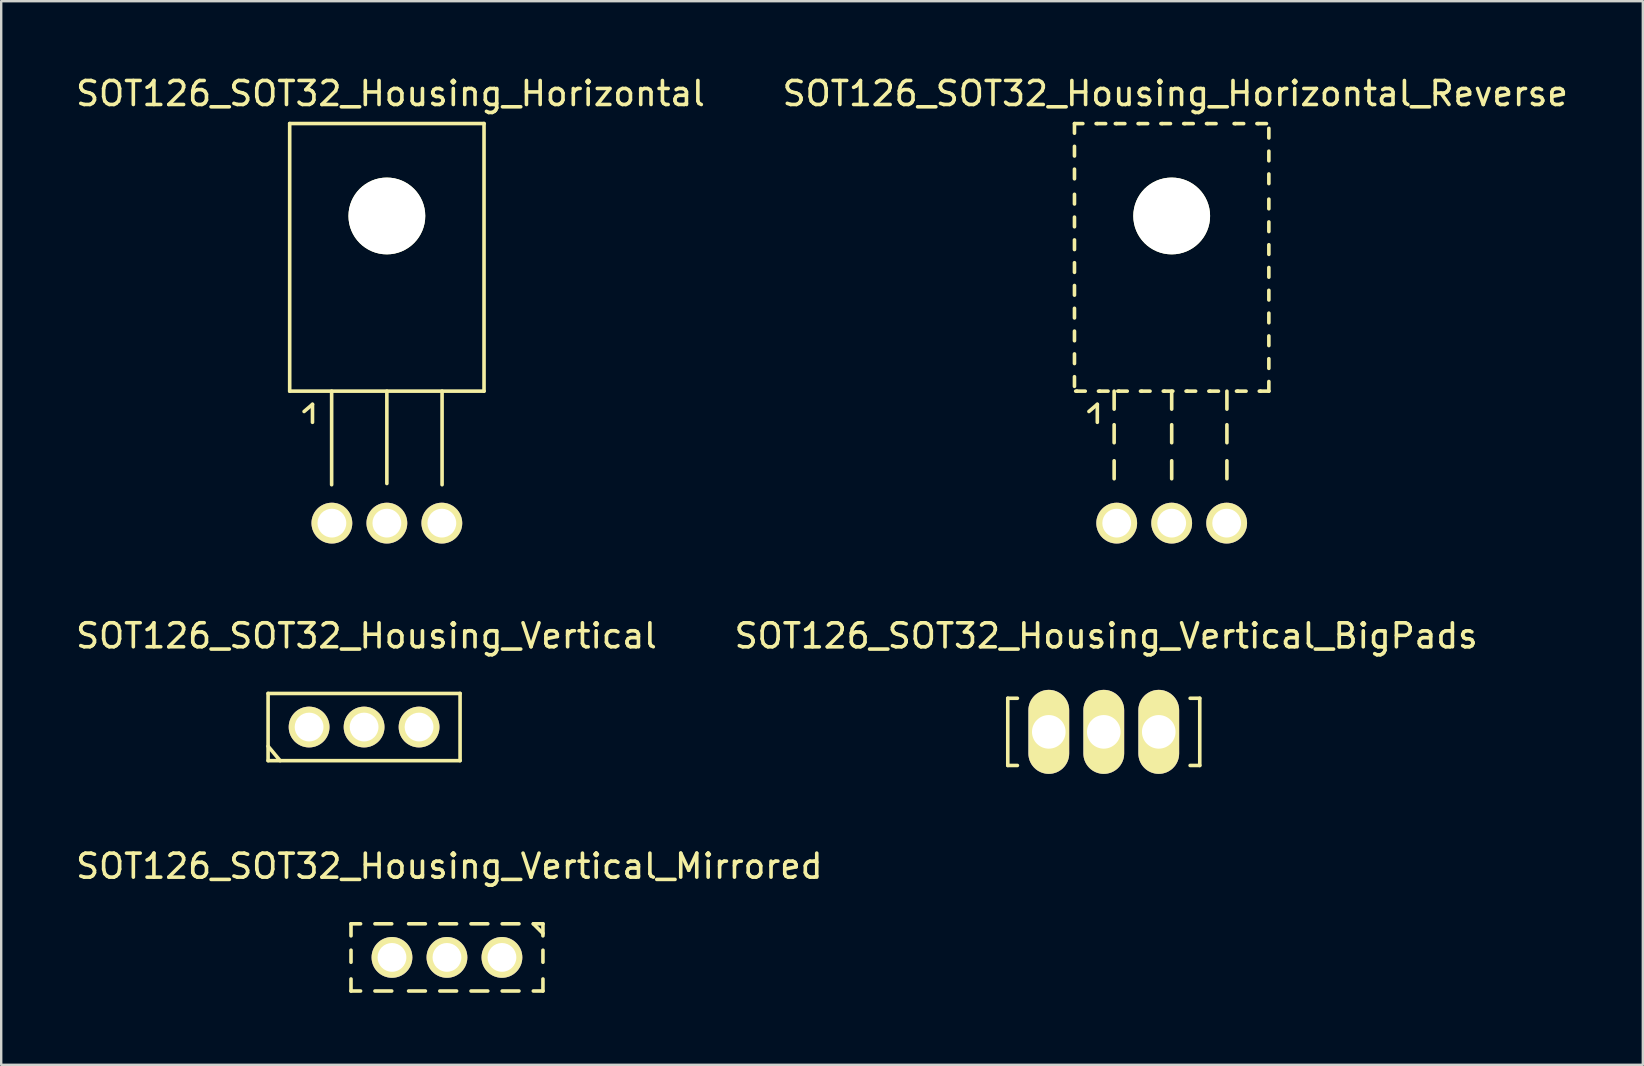
<source format=kicad_pcb>
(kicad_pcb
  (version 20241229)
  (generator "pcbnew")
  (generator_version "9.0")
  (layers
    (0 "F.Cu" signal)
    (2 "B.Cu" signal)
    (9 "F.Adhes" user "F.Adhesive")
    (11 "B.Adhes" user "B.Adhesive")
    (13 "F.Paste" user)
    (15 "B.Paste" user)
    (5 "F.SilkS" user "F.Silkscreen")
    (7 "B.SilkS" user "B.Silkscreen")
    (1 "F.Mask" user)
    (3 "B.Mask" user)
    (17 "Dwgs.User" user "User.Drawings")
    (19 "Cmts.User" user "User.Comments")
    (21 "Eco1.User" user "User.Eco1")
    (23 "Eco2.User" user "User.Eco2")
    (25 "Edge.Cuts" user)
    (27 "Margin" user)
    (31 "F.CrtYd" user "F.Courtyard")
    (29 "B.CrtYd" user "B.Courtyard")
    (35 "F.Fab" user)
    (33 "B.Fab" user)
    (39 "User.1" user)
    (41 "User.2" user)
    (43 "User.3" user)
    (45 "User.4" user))
  (footprint "SOT126_SOT32_Housing_Vertical_Mirrored"
    (layer "F.Cu")
    (at 15.574 36.844)
    (property "Reference" "SOT126_SOT32_Housing_Vertical_Mirrored" (at 0.099 -3.8 0) (layer "F.SilkS") (effects (font (size 1 1) (thickness 0.15))))
    (attr through_hole)
    (fp_line (start -4 -1.4) (end -3.599 -1.4) (stroke (width 0.15) (type solid)) (layer "F.SilkS"))
    (fp_line (start -4 1.4) (end -3.599 1.4) (stroke (width 0.15) (type solid)) (layer "F.SilkS"))
    (fp_line (start -3.998 -1.4) (end -3.998 -0.899) (stroke (width 0.15) (type solid)) (layer "F.SilkS"))
    (fp_line (start -3.998 -0.3) (end -3.998 0.201) (stroke (width 0.15) (type solid)) (layer "F.SilkS"))
    (fp_line (start -3.998 1.4) (end -3.998 0.899) (stroke (width 0.15) (type solid)) (layer "F.SilkS"))
    (fp_line (start -3 -1.4) (end -2.301 -1.4) (stroke (width 0.15) (type solid)) (layer "F.SilkS"))
    (fp_line (start -3 1.4) (end -2.301 1.4) (stroke (width 0.15) (type solid)) (layer "F.SilkS"))
    (fp_line (start -0.899 -1.4) (end -1.598 -1.4) (stroke (width 0.15) (type solid)) (layer "F.SilkS"))
    (fp_line (start -0.899 1.4) (end -1.598 1.4) (stroke (width 0.15) (type solid)) (layer "F.SilkS"))
    (fp_line (start 0.401 -1.4) (end -0.297 -1.4) (stroke (width 0.15) (type solid)) (layer "F.SilkS"))
    (fp_line (start 0.401 1.4) (end -0.297 1.4) (stroke (width 0.15) (type solid)) (layer "F.SilkS"))
    (fp_line (start 1.702 -1.4) (end 1.003 -1.4) (stroke (width 0.15) (type solid)) (layer "F.SilkS"))
    (fp_line (start 1.702 1.4) (end 1.003 1.4) (stroke (width 0.15) (type solid)) (layer "F.SilkS"))
    (fp_line (start 3 -1.4) (end 2.301 -1.4) (stroke (width 0.15) (type solid)) (layer "F.SilkS"))
    (fp_line (start 3 1.4) (end 2.301 1.4) (stroke (width 0.15) (type solid)) (layer "F.SilkS"))
    (fp_line (start 3.599 -1.4) (end 4 -1.001) (stroke (width 0.15) (type solid)) (layer "F.SilkS"))
    (fp_line (start 4 -1.4) (end 3.599 -1.4) (stroke (width 0.15) (type solid)) (layer "F.SilkS"))
    (fp_line (start 4 -1.4) (end 4 -0.899) (stroke (width 0.15) (type solid)) (layer "F.SilkS"))
    (fp_line (start 4 -0.3) (end 4 0.201) (stroke (width 0.15) (type solid)) (layer "F.SilkS"))
    (fp_line (start 4 1.4) (end 3.599 1.4) (stroke (width 0.15) (type solid)) (layer "F.SilkS"))
    (fp_line (start 4 1.4) (end 4 0.899) (stroke (width 0.15) (type solid)) (layer "F.SilkS"))
    (pad "1" thru_hole circle (at 2.291 0) (size 1.699 1.699) (drill 1.199) (layers "*.Cu" "*.Mask" "F.SilkS"))
    (pad "2" thru_hole circle (at 0 0) (size 1.699 1.699) (drill 1.199) (layers "*.Cu" "*.Mask" "F.SilkS"))
    (pad "3" thru_hole circle (at -2.291 0) (size 1.699 1.699) (drill 1.199) (layers "*.Cu" "*.Mask" "F.SilkS")))
  (footprint "SOT126_SOT32_Housing_Vertical_BigPads"
    (layer "F.Cu")
    (at 42.943 27.446)
    (property "Reference" "SOT126_SOT32_Housing_Vertical_BigPads" (at 0.099 -4 0) (layer "F.SilkS") (effects (font (size 1 1) (thickness 0.15))))
    (attr through_hole)
    (fp_line (start -4 -1.4) (end -4 1.4) (stroke (width 0.15) (type solid)) (layer "F.SilkS"))
    (fp_line (start -4 -1.4) (end -3.599 -1.4) (stroke (width 0.15) (type solid)) (layer "F.SilkS"))
    (fp_line (start -4 1.4) (end -3.599 1.4) (stroke (width 0.15) (type solid)) (layer "F.SilkS"))
    (fp_line (start 4 -1.4) (end 3.599 -1.4) (stroke (width 0.15) (type solid)) (layer "F.SilkS"))
    (fp_line (start 4 -1.4) (end 4 1.4) (stroke (width 0.15) (type solid)) (layer "F.SilkS"))
    (fp_line (start 4 1.4) (end 3.599 1.4) (stroke (width 0.15) (type solid)) (layer "F.SilkS"))
    (pad "1" thru_hole oval (at -2.291 0) (size 1.699 3.5) (drill 1.4) (layers "*.Cu" "*.Mask" "F.SilkS"))
    (pad "2" thru_hole oval (at 0 0) (size 1.699 3.5) (drill 1.4) (layers "*.Cu" "*.Mask" "F.SilkS"))
    (pad "3" thru_hole oval (at 2.291 0) (size 1.699 3.5) (drill 1.4) (layers "*.Cu" "*.Mask" "F.SilkS")))
  (footprint "SOT126_SOT32_Housing_Horizontal"
    (layer "F.Cu")
    (at 13.07 18.748)
    (property "Reference" "SOT126_SOT32_Housing_Horizontal" (at 0.15 -17.899 0) (layer "F.SilkS") (effects (font (size 1 1) (thickness 0.15))))
    (attr through_hole)
    (fp_line (start -4.049 -16.65) (end -4.049 -5.499) (stroke (width 0.15) (type solid)) (layer "F.SilkS"))
    (fp_line (start -3.449 -4.651) (end -3.099 -4.95) (stroke (width 0.15) (type solid)) (layer "F.SilkS"))
    (fp_line (start -3.099 -4.95) (end -3.099 -4.201) (stroke (width 0.15) (type solid)) (layer "F.SilkS"))
    (fp_line (start -2.301 -5.499) (end -2.301 -1.6) (stroke (width 0.15) (type solid)) (layer "F.SilkS"))
    (fp_line (start 0 -5.499) (end 0 -1.651) (stroke (width 0.15) (type solid)) (layer "F.SilkS"))
    (fp_line (start 2.301 -5.499) (end 2.301 -1.6) (stroke (width 0.15) (type solid)) (layer "F.SilkS"))
    (fp_line (start 4.049 -16.65) (end -4.049 -16.65) (stroke (width 0.15) (type solid)) (layer "F.SilkS"))
    (fp_line (start 4.049 -5.499) (end -4.049 -5.499) (stroke (width 0.15) (type solid)) (layer "F.SilkS"))
    (fp_line (start 4.049 -5.499) (end 4.049 -16.65) (stroke (width 0.15) (type solid)) (layer "F.SilkS"))
    (pad "" np_thru_hole circle (at 0 -12.799) (size 3.2 3.2) (drill 3.2) (layers "*.Cu" "*.Mask" "F.SilkS"))
    (pad "1" thru_hole circle (at -2.291 0) (size 1.699 1.699) (drill 1.199) (layers "*.Cu" "*.Mask" "F.SilkS"))
    (pad "2" thru_hole circle (at 0 0) (size 1.699 1.699) (drill 1.199) (layers "*.Cu" "*.Mask" "F.SilkS"))
    (pad "3" thru_hole circle (at 2.291 0) (size 1.699 1.699) (drill 1.199) (layers "*.Cu" "*.Mask" "F.SilkS")))
  (footprint "SOT126_SOT32_Housing_Horizontal_Reverse"
    (layer "F.Cu")
    (at 45.773 18.748)
    (property "Reference" "SOT126_SOT32_Housing_Horizontal_Reverse" (at 0.15 -17.899 0) (layer "F.SilkS") (effects (font (size 1 1) (thickness 0.15))))
    (attr through_hole)
    (fp_line (start -4.051 -16.248) (end -4.051 -16.65) (stroke (width 0.15) (type solid)) (layer "F.SilkS"))
    (fp_line (start -4.051 -15.298) (end -4.051 -15.7) (stroke (width 0.15) (type solid)) (layer "F.SilkS"))
    (fp_line (start -4.051 -14.348) (end -4.051 -14.75) (stroke (width 0.15) (type solid)) (layer "F.SilkS"))
    (fp_line (start -4.051 -13.299) (end -4.051 -13.701) (stroke (width 0.15) (type solid)) (layer "F.SilkS"))
    (fp_line (start -4.051 -12.349) (end -4.051 -12.751) (stroke (width 0.15) (type solid)) (layer "F.SilkS"))
    (fp_line (start -4.051 -11.4) (end -4.051 -11.801) (stroke (width 0.15) (type solid)) (layer "F.SilkS"))
    (fp_line (start -4.051 -10.45) (end -4.051 -10.851) (stroke (width 0.15) (type solid)) (layer "F.SilkS"))
    (fp_line (start -4.051 -9.5) (end -4.051 -9.901) (stroke (width 0.15) (type solid)) (layer "F.SilkS"))
    (fp_line (start -4.051 -8.55) (end -4.051 -8.951) (stroke (width 0.15) (type solid)) (layer "F.SilkS"))
    (fp_line (start -4.051 -7.6) (end -4.051 -8.001) (stroke (width 0.15) (type solid)) (layer "F.SilkS"))
    (fp_line (start -4.051 -6.65) (end -4.051 -7.051) (stroke (width 0.15) (type solid)) (layer "F.SilkS"))
    (fp_line (start -4.051 -5.7) (end -4.051 -6.101) (stroke (width 0.15) (type solid)) (layer "F.SilkS"))
    (fp_line (start -3.95 -5.499) (end -4 -5.499) (stroke (width 0.15) (type solid)) (layer "F.SilkS"))
    (fp_line (start -3.701 -16.647) (end -4.049 -16.647) (stroke (width 0.15) (type solid)) (layer "F.SilkS"))
    (fp_line (start -3.602 -5.499) (end -3.95 -5.499) (stroke (width 0.15) (type solid)) (layer "F.SilkS"))
    (fp_line (start -3.449 -4.651) (end -3.099 -4.95) (stroke (width 0.15) (type solid)) (layer "F.SilkS"))
    (fp_line (start -3.099 -16.647) (end -3.15 -16.647) (stroke (width 0.15) (type solid)) (layer "F.SilkS"))
    (fp_line (start -3.099 -4.95) (end -3.099 -4.201) (stroke (width 0.15) (type solid)) (layer "F.SilkS"))
    (fp_line (start -3 -5.499) (end -3.051 -5.499) (stroke (width 0.15) (type solid)) (layer "F.SilkS"))
    (fp_line (start -2.751 -16.647) (end -3.099 -16.647) (stroke (width 0.15) (type solid)) (layer "F.SilkS"))
    (fp_line (start -2.652 -5.499) (end -3 -5.499) (stroke (width 0.15) (type solid)) (layer "F.SilkS"))
    (fp_line (start -2.398 -5.499) (end -2.398 -4.75) (stroke (width 0.15) (type solid)) (layer "F.SilkS"))
    (fp_line (start -2.398 -4.1) (end -2.398 -3.35) (stroke (width 0.15) (type solid)) (layer "F.SilkS"))
    (fp_line (start -2.398 -2.598) (end -2.398 -1.849) (stroke (width 0.15) (type solid)) (layer "F.SilkS"))
    (fp_line (start -2.299 -16.647) (end -2.349 -16.647) (stroke (width 0.15) (type solid)) (layer "F.SilkS"))
    (fp_line (start -2.2 -5.499) (end -2.25 -5.499) (stroke (width 0.15) (type solid)) (layer "F.SilkS"))
    (fp_line (start -1.951 -16.647) (end -2.299 -16.647) (stroke (width 0.15) (type solid)) (layer "F.SilkS"))
    (fp_line (start -1.852 -5.499) (end -2.2 -5.499) (stroke (width 0.15) (type solid)) (layer "F.SilkS"))
    (fp_line (start -1.349 -16.647) (end -1.4 -16.647) (stroke (width 0.15) (type solid)) (layer "F.SilkS"))
    (fp_line (start -1.25 -5.499) (end -1.3 -5.499) (stroke (width 0.15) (type solid)) (layer "F.SilkS"))
    (fp_line (start -1.001 -16.647) (end -1.349 -16.647) (stroke (width 0.15) (type solid)) (layer "F.SilkS"))
    (fp_line (start -0.902 -5.499) (end -1.25 -5.499) (stroke (width 0.15) (type solid)) (layer "F.SilkS"))
    (fp_line (start -0.399 -16.647) (end -0.45 -16.647) (stroke (width 0.15) (type solid)) (layer "F.SilkS"))
    (fp_line (start -0.3 -5.499) (end -0.351 -5.499) (stroke (width 0.15) (type solid)) (layer "F.SilkS"))
    (fp_line (start -0.051 -16.647) (end -0.399 -16.647) (stroke (width 0.15) (type solid)) (layer "F.SilkS"))
    (fp_line (start 0 -5.499) (end 0 -4.75) (stroke (width 0.15) (type solid)) (layer "F.SilkS"))
    (fp_line (start 0 -4.1) (end 0 -3.35) (stroke (width 0.15) (type solid)) (layer "F.SilkS"))
    (fp_line (start 0 -2.598) (end 0 -1.849) (stroke (width 0.15) (type solid)) (layer "F.SilkS"))
    (fp_line (start 0.048 -5.499) (end -0.3 -5.499) (stroke (width 0.15) (type solid)) (layer "F.SilkS"))
    (fp_line (start 0.551 -16.647) (end 0.5 -16.647) (stroke (width 0.15) (type solid)) (layer "F.SilkS"))
    (fp_line (start 0.65 -5.499) (end 0.599 -5.499) (stroke (width 0.15) (type solid)) (layer "F.SilkS"))
    (fp_line (start 0.899 -16.647) (end 0.551 -16.647) (stroke (width 0.15) (type solid)) (layer "F.SilkS"))
    (fp_line (start 0.998 -5.499) (end 0.65 -5.499) (stroke (width 0.15) (type solid)) (layer "F.SilkS"))
    (fp_line (start 1.501 -16.647) (end 1.45 -16.647) (stroke (width 0.15) (type solid)) (layer "F.SilkS"))
    (fp_line (start 1.6 -5.499) (end 1.549 -5.499) (stroke (width 0.15) (type solid)) (layer "F.SilkS"))
    (fp_line (start 1.849 -16.647) (end 1.501 -16.647) (stroke (width 0.15) (type solid)) (layer "F.SilkS"))
    (fp_line (start 1.948 -5.499) (end 1.6 -5.499) (stroke (width 0.15) (type solid)) (layer "F.SilkS"))
    (fp_line (start 2.301 -5.499) (end 2.301 -4.75) (stroke (width 0.15) (type solid)) (layer "F.SilkS"))
    (fp_line (start 2.301 -4.1) (end 2.301 -3.35) (stroke (width 0.15) (type solid)) (layer "F.SilkS"))
    (fp_line (start 2.301 -2.598) (end 2.301 -1.849) (stroke (width 0.15) (type solid)) (layer "F.SilkS"))
    (fp_line (start 2.652 -16.647) (end 2.601 -16.647) (stroke (width 0.15) (type solid)) (layer "F.SilkS"))
    (fp_line (start 2.751 -5.499) (end 2.7 -5.499) (stroke (width 0.15) (type solid)) (layer "F.SilkS"))
    (fp_line (start 3 -16.647) (end 2.652 -16.647) (stroke (width 0.15) (type solid)) (layer "F.SilkS"))
    (fp_line (start 3.099 -5.499) (end 2.751 -5.499) (stroke (width 0.15) (type solid)) (layer "F.SilkS"))
    (fp_line (start 3.602 -16.647) (end 3.551 -16.647) (stroke (width 0.15) (type solid)) (layer "F.SilkS"))
    (fp_line (start 3.701 -5.499) (end 3.65 -5.499) (stroke (width 0.15) (type solid)) (layer "F.SilkS"))
    (fp_line (start 3.95 -16.647) (end 3.602 -16.647) (stroke (width 0.15) (type solid)) (layer "F.SilkS"))
    (fp_line (start 4.049 -16.048) (end 4.049 -16.449) (stroke (width 0.15) (type solid)) (layer "F.SilkS"))
    (fp_line (start 4.049 -15.098) (end 4.049 -15.499) (stroke (width 0.15) (type solid)) (layer "F.SilkS"))
    (fp_line (start 4.049 -14.148) (end 4.049 -14.549) (stroke (width 0.15) (type solid)) (layer "F.SilkS"))
    (fp_line (start 4.049 -13.099) (end 4.049 -13.5) (stroke (width 0.15) (type solid)) (layer "F.SilkS"))
    (fp_line (start 4.049 -12.149) (end 4.049 -12.55) (stroke (width 0.15) (type solid)) (layer "F.SilkS"))
    (fp_line (start 4.049 -11.199) (end 4.049 -11.6) (stroke (width 0.15) (type solid)) (layer "F.SilkS"))
    (fp_line (start 4.049 -10.249) (end 4.049 -10.65) (stroke (width 0.15) (type solid)) (layer "F.SilkS"))
    (fp_line (start 4.049 -9.299) (end 4.049 -9.7) (stroke (width 0.15) (type solid)) (layer "F.SilkS"))
    (fp_line (start 4.049 -8.349) (end 4.049 -8.75) (stroke (width 0.15) (type solid)) (layer "F.SilkS"))
    (fp_line (start 4.049 -7.399) (end 4.049 -7.8) (stroke (width 0.15) (type solid)) (layer "F.SilkS"))
    (fp_line (start 4.049 -6.449) (end 4.049 -6.85) (stroke (width 0.15) (type solid)) (layer "F.SilkS"))
    (fp_line (start 4.049 -5.499) (end 3.701 -5.499) (stroke (width 0.15) (type solid)) (layer "F.SilkS"))
    (fp_line (start 4.049 -5.499) (end 4.049 -5.9) (stroke (width 0.15) (type solid)) (layer "F.SilkS"))
    (pad "" np_thru_hole circle (at 0 -12.799) (size 3.2 3.2) (drill 3.2) (layers "*.Cu" "*.Mask" "F.SilkS"))
    (pad "1" thru_hole circle (at -2.291 0) (size 1.699 1.699) (drill 1.199) (layers "*.Cu" "*.Mask" "F.SilkS"))
    (pad "2" thru_hole circle (at 0 0) (size 1.699 1.699) (drill 1.199) (layers "*.Cu" "*.Mask" "F.SilkS"))
    (pad "3" thru_hole circle (at 2.291 0) (size 1.699 1.699) (drill 1.199) (layers "*.Cu" "*.Mask" "F.SilkS")))
  (footprint "SOT126_SOT32_Housing_Vertical"
    (layer "F.Cu")
    (at 12.121 27.245)
    (property "Reference" "SOT126_SOT32_Housing_Vertical" (at 0.099 -3.8 0) (layer "F.SilkS") (effects (font (size 1 1) (thickness 0.15))))
    (attr through_hole)
    (fp_line (start -4 -1.4) (end -4 1.4) (stroke (width 0.15) (type solid)) (layer "F.SilkS"))
    (fp_line (start -4 -1.4) (end 4 -1.4) (stroke (width 0.15) (type solid)) (layer "F.SilkS"))
    (fp_line (start -4 0.8) (end -3.5 1.4) (stroke (width 0.15) (type solid)) (layer "F.SilkS"))
    (fp_line (start -4 1.4) (end 4 1.4) (stroke (width 0.15) (type solid)) (layer "F.SilkS"))
    (fp_line (start 4 -1.4) (end 4 1.4) (stroke (width 0.15) (type solid)) (layer "F.SilkS"))
    (pad "1" thru_hole circle (at -2.291 0) (size 1.699 1.699) (drill 1.199) (layers "*.Cu" "*.Mask" "F.SilkS"))
    (pad "2" thru_hole circle (at 0 0) (size 1.699 1.699) (drill 1.199) (layers "*.Cu" "*.Mask" "F.SilkS"))
    (pad "3" thru_hole circle (at 2.291 0) (size 1.699 1.699) (drill 1.199) (layers "*.Cu" "*.Mask" "F.SilkS")))
  (gr_rect
    (start -3 -3)
    (end 65.405 41.319)
    (stroke (width 0.1) (type default))
    (fill no)
    (layer "Edge.Cuts")))
</source>
